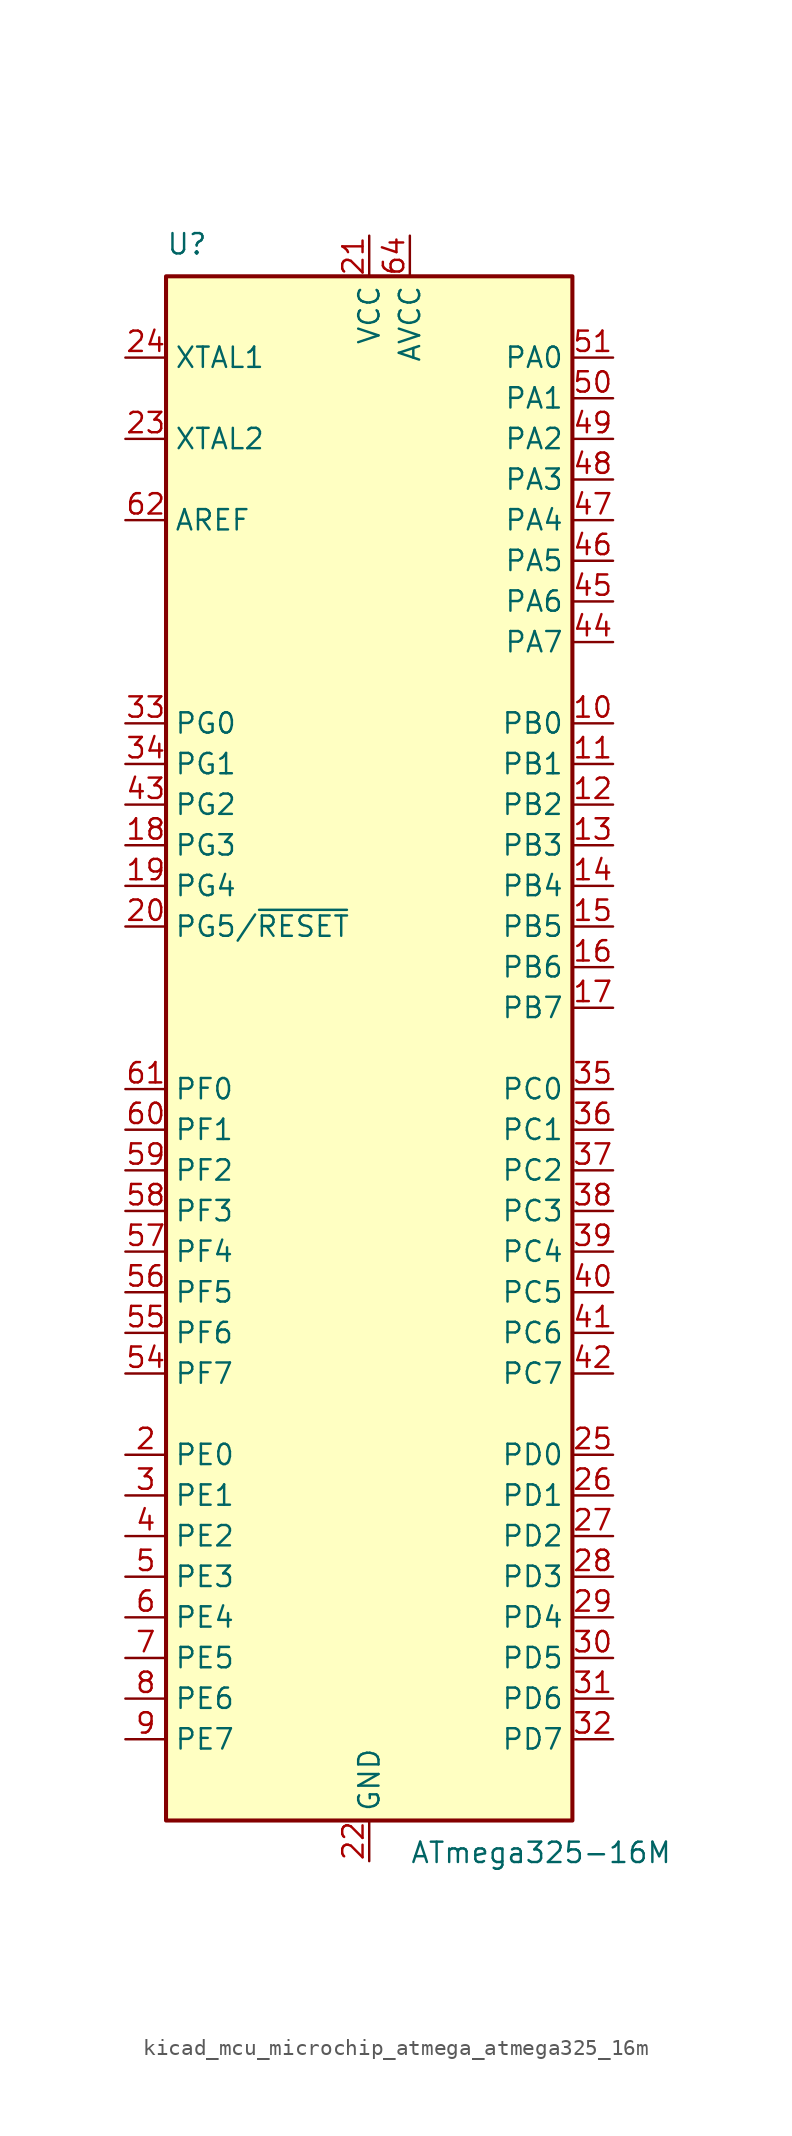
<source format=kicad_sym>
(kicad_symbol_lib
  (version 20220914)
  (generator kicad_symbol_editor)
  (symbol "kicad_mcu_microchip_atmega_atmega325_16m"
    (property "Reference" "U"
      (at -12.7 49.53 0)
      (effects (font (size 1.27 1.27)) (justify left bottom)))
    (property "Value" "ATmega325-16M"
      (at 2.54 -49.53 0)
      (effects (font (size 1.27 1.27)) (justify left top)))
    (symbol "kicad_mcu_microchip_atmega_atmega325_16m_0_1"
      (rectangle (start -12.7 -48.26) (end 12.7 48.26) (stroke (width 0.254) (type default)) (fill (type background))))
    (symbol "kicad_mcu_microchip_atmega_atmega325_16m_1_1"
      (pin no_connect line (at -12.7 -45.72 0) (length 2.54) hide (name "NC" (effects (font (size 1.27 1.27)))) (number "1" (effects (font (size 1.27 1.27)))))
      (pin bidirectional line (at 15.24 20.32 180) (length 2.54) (name "PB0" (effects (font (size 1.27 1.27)))) (number "10" (effects (font (size 1.27 1.27)))))
      (pin bidirectional line (at 15.24 17.78 180) (length 2.54) (name "PB1" (effects (font (size 1.27 1.27)))) (number "11" (effects (font (size 1.27 1.27)))))
      (pin bidirectional line (at 15.24 15.24 180) (length 2.54) (name "PB2" (effects (font (size 1.27 1.27)))) (number "12" (effects (font (size 1.27 1.27)))))
      (pin bidirectional line (at 15.24 12.7 180) (length 2.54) (name "PB3" (effects (font (size 1.27 1.27)))) (number "13" (effects (font (size 1.27 1.27)))))
      (pin bidirectional line (at 15.24 10.16 180) (length 2.54) (name "PB4" (effects (font (size 1.27 1.27)))) (number "14" (effects (font (size 1.27 1.27)))))
      (pin bidirectional line (at 15.24 7.62 180) (length 2.54) (name "PB5" (effects (font (size 1.27 1.27)))) (number "15" (effects (font (size 1.27 1.27)))))
      (pin bidirectional line (at 15.24 5.08 180) (length 2.54) (name "PB6" (effects (font (size 1.27 1.27)))) (number "16" (effects (font (size 1.27 1.27)))))
      (pin bidirectional line (at 15.24 2.54 180) (length 2.54) (name "PB7" (effects (font (size 1.27 1.27)))) (number "17" (effects (font (size 1.27 1.27)))))
      (pin bidirectional line (at -15.24 12.7 0) (length 2.54) (name "PG3" (effects (font (size 1.27 1.27)))) (number "18" (effects (font (size 1.27 1.27)))))
      (pin bidirectional line (at -15.24 10.16 0) (length 2.54) (name "PG4" (effects (font (size 1.27 1.27)))) (number "19" (effects (font (size 1.27 1.27)))))
      (pin bidirectional line (at -15.24 -25.4 0) (length 2.54) (name "PE0" (effects (font (size 1.27 1.27)))) (number "2" (effects (font (size 1.27 1.27)))))
      (pin bidirectional line (at -15.24 7.62 0) (length 2.54) (name "PG5/~{RESET}" (effects (font (size 1.27 1.27)))) (number "20" (effects (font (size 1.27 1.27)))))
      (pin power_in line (at 0 50.8 270) (length 2.54) (name "VCC" (effects (font (size 1.27 1.27)))) (number "21" (effects (font (size 1.27 1.27)))))
      (pin power_in line (at 0 -50.8 90) (length 2.54) (name "GND" (effects (font (size 1.27 1.27)))) (number "22" (effects (font (size 1.27 1.27)))))
      (pin output line (at -15.24 38.1 0) (length 2.54) (name "XTAL2" (effects (font (size 1.27 1.27)))) (number "23" (effects (font (size 1.27 1.27)))))
      (pin input line (at -15.24 43.18 0) (length 2.54) (name "XTAL1" (effects (font (size 1.27 1.27)))) (number "24" (effects (font (size 1.27 1.27)))))
      (pin bidirectional line (at 15.24 -25.4 180) (length 2.54) (name "PD0" (effects (font (size 1.27 1.27)))) (number "25" (effects (font (size 1.27 1.27)))))
      (pin bidirectional line (at 15.24 -27.94 180) (length 2.54) (name "PD1" (effects (font (size 1.27 1.27)))) (number "26" (effects (font (size 1.27 1.27)))))
      (pin bidirectional line (at 15.24 -30.48 180) (length 2.54) (name "PD2" (effects (font (size 1.27 1.27)))) (number "27" (effects (font (size 1.27 1.27)))))
      (pin bidirectional line (at 15.24 -33.02 180) (length 2.54) (name "PD3" (effects (font (size 1.27 1.27)))) (number "28" (effects (font (size 1.27 1.27)))))
      (pin bidirectional line (at 15.24 -35.56 180) (length 2.54) (name "PD4" (effects (font (size 1.27 1.27)))) (number "29" (effects (font (size 1.27 1.27)))))
      (pin bidirectional line (at -15.24 -27.94 0) (length 2.54) (name "PE1" (effects (font (size 1.27 1.27)))) (number "3" (effects (font (size 1.27 1.27)))))
      (pin bidirectional line (at 15.24 -38.1 180) (length 2.54) (name "PD5" (effects (font (size 1.27 1.27)))) (number "30" (effects (font (size 1.27 1.27)))))
      (pin bidirectional line (at 15.24 -40.64 180) (length 2.54) (name "PD6" (effects (font (size 1.27 1.27)))) (number "31" (effects (font (size 1.27 1.27)))))
      (pin bidirectional line (at 15.24 -43.18 180) (length 2.54) (name "PD7" (effects (font (size 1.27 1.27)))) (number "32" (effects (font (size 1.27 1.27)))))
      (pin bidirectional line (at -15.24 20.32 0) (length 2.54) (name "PG0" (effects (font (size 1.27 1.27)))) (number "33" (effects (font (size 1.27 1.27)))))
      (pin bidirectional line (at -15.24 17.78 0) (length 2.54) (name "PG1" (effects (font (size 1.27 1.27)))) (number "34" (effects (font (size 1.27 1.27)))))
      (pin bidirectional line (at 15.24 -2.54 180) (length 2.54) (name "PC0" (effects (font (size 1.27 1.27)))) (number "35" (effects (font (size 1.27 1.27)))))
      (pin bidirectional line (at 15.24 -5.08 180) (length 2.54) (name "PC1" (effects (font (size 1.27 1.27)))) (number "36" (effects (font (size 1.27 1.27)))))
      (pin bidirectional line (at 15.24 -7.62 180) (length 2.54) (name "PC2" (effects (font (size 1.27 1.27)))) (number "37" (effects (font (size 1.27 1.27)))))
      (pin bidirectional line (at 15.24 -10.16 180) (length 2.54) (name "PC3" (effects (font (size 1.27 1.27)))) (number "38" (effects (font (size 1.27 1.27)))))
      (pin bidirectional line (at 15.24 -12.7 180) (length 2.54) (name "PC4" (effects (font (size 1.27 1.27)))) (number "39" (effects (font (size 1.27 1.27)))))
      (pin bidirectional line (at -15.24 -30.48 0) (length 2.54) (name "PE2" (effects (font (size 1.27 1.27)))) (number "4" (effects (font (size 1.27 1.27)))))
      (pin bidirectional line (at 15.24 -15.24 180) (length 2.54) (name "PC5" (effects (font (size 1.27 1.27)))) (number "40" (effects (font (size 1.27 1.27)))))
      (pin bidirectional line (at 15.24 -17.78 180) (length 2.54) (name "PC6" (effects (font (size 1.27 1.27)))) (number "41" (effects (font (size 1.27 1.27)))))
      (pin bidirectional line (at 15.24 -20.32 180) (length 2.54) (name "PC7" (effects (font (size 1.27 1.27)))) (number "42" (effects (font (size 1.27 1.27)))))
      (pin bidirectional line (at -15.24 15.24 0) (length 2.54) (name "PG2" (effects (font (size 1.27 1.27)))) (number "43" (effects (font (size 1.27 1.27)))))
      (pin bidirectional line (at 15.24 25.4 180) (length 2.54) (name "PA7" (effects (font (size 1.27 1.27)))) (number "44" (effects (font (size 1.27 1.27)))))
      (pin bidirectional line (at 15.24 27.94 180) (length 2.54) (name "PA6" (effects (font (size 1.27 1.27)))) (number "45" (effects (font (size 1.27 1.27)))))
      (pin bidirectional line (at 15.24 30.48 180) (length 2.54) (name "PA5" (effects (font (size 1.27 1.27)))) (number "46" (effects (font (size 1.27 1.27)))))
      (pin bidirectional line (at 15.24 33.02 180) (length 2.54) (name "PA4" (effects (font (size 1.27 1.27)))) (number "47" (effects (font (size 1.27 1.27)))))
      (pin bidirectional line (at 15.24 35.56 180) (length 2.54) (name "PA3" (effects (font (size 1.27 1.27)))) (number "48" (effects (font (size 1.27 1.27)))))
      (pin bidirectional line (at 15.24 38.1 180) (length 2.54) (name "PA2" (effects (font (size 1.27 1.27)))) (number "49" (effects (font (size 1.27 1.27)))))
      (pin bidirectional line (at -15.24 -33.02 0) (length 2.54) (name "PE3" (effects (font (size 1.27 1.27)))) (number "5" (effects (font (size 1.27 1.27)))))
      (pin bidirectional line (at 15.24 40.64 180) (length 2.54) (name "PA1" (effects (font (size 1.27 1.27)))) (number "50" (effects (font (size 1.27 1.27)))))
      (pin bidirectional line (at 15.24 43.18 180) (length 2.54) (name "PA0" (effects (font (size 1.27 1.27)))) (number "51" (effects (font (size 1.27 1.27)))))
      (pin passive line (at 0 50.8 270) (length 2.54) hide (name "VCC" (effects (font (size 1.27 1.27)))) (number "52" (effects (font (size 1.27 1.27)))))
      (pin passive line (at 0 -50.8 90) (length 2.54) hide (name "GND" (effects (font (size 1.27 1.27)))) (number "53" (effects (font (size 1.27 1.27)))))
      (pin bidirectional line (at -15.24 -20.32 0) (length 2.54) (name "PF7" (effects (font (size 1.27 1.27)))) (number "54" (effects (font (size 1.27 1.27)))))
      (pin bidirectional line (at -15.24 -17.78 0) (length 2.54) (name "PF6" (effects (font (size 1.27 1.27)))) (number "55" (effects (font (size 1.27 1.27)))))
      (pin bidirectional line (at -15.24 -15.24 0) (length 2.54) (name "PF5" (effects (font (size 1.27 1.27)))) (number "56" (effects (font (size 1.27 1.27)))))
      (pin bidirectional line (at -15.24 -12.7 0) (length 2.54) (name "PF4" (effects (font (size 1.27 1.27)))) (number "57" (effects (font (size 1.27 1.27)))))
      (pin bidirectional line (at -15.24 -10.16 0) (length 2.54) (name "PF3" (effects (font (size 1.27 1.27)))) (number "58" (effects (font (size 1.27 1.27)))))
      (pin bidirectional line (at -15.24 -7.62 0) (length 2.54) (name "PF2" (effects (font (size 1.27 1.27)))) (number "59" (effects (font (size 1.27 1.27)))))
      (pin bidirectional line (at -15.24 -35.56 0) (length 2.54) (name "PE4" (effects (font (size 1.27 1.27)))) (number "6" (effects (font (size 1.27 1.27)))))
      (pin bidirectional line (at -15.24 -5.08 0) (length 2.54) (name "PF1" (effects (font (size 1.27 1.27)))) (number "60" (effects (font (size 1.27 1.27)))))
      (pin bidirectional line (at -15.24 -2.54 0) (length 2.54) (name "PF0" (effects (font (size 1.27 1.27)))) (number "61" (effects (font (size 1.27 1.27)))))
      (pin passive line (at -15.24 33.02 0) (length 2.54) (name "AREF" (effects (font (size 1.27 1.27)))) (number "62" (effects (font (size 1.27 1.27)))))
      (pin passive line (at 0 -50.8 90) (length 2.54) hide (name "GND" (effects (font (size 1.27 1.27)))) (number "63" (effects (font (size 1.27 1.27)))))
      (pin power_in line (at 2.54 50.8 270) (length 2.54) (name "AVCC" (effects (font (size 1.27 1.27)))) (number "64" (effects (font (size 1.27 1.27)))))
      (pin passive line (at 0 -50.8 90) (length 2.54) hide (name "GND" (effects (font (size 1.27 1.27)))) (number "65" (effects (font (size 1.27 1.27)))))
      (pin bidirectional line (at -15.24 -38.1 0) (length 2.54) (name "PE5" (effects (font (size 1.27 1.27)))) (number "7" (effects (font (size 1.27 1.27)))))
      (pin bidirectional line (at -15.24 -40.64 0) (length 2.54) (name "PE6" (effects (font (size 1.27 1.27)))) (number "8" (effects (font (size 1.27 1.27)))))
      (pin bidirectional line (at -15.24 -43.18 0) (length 2.54) (name "PE7" (effects (font (size 1.27 1.27)))) (number "9" (effects (font (size 1.27 1.27))))))))
</source>
